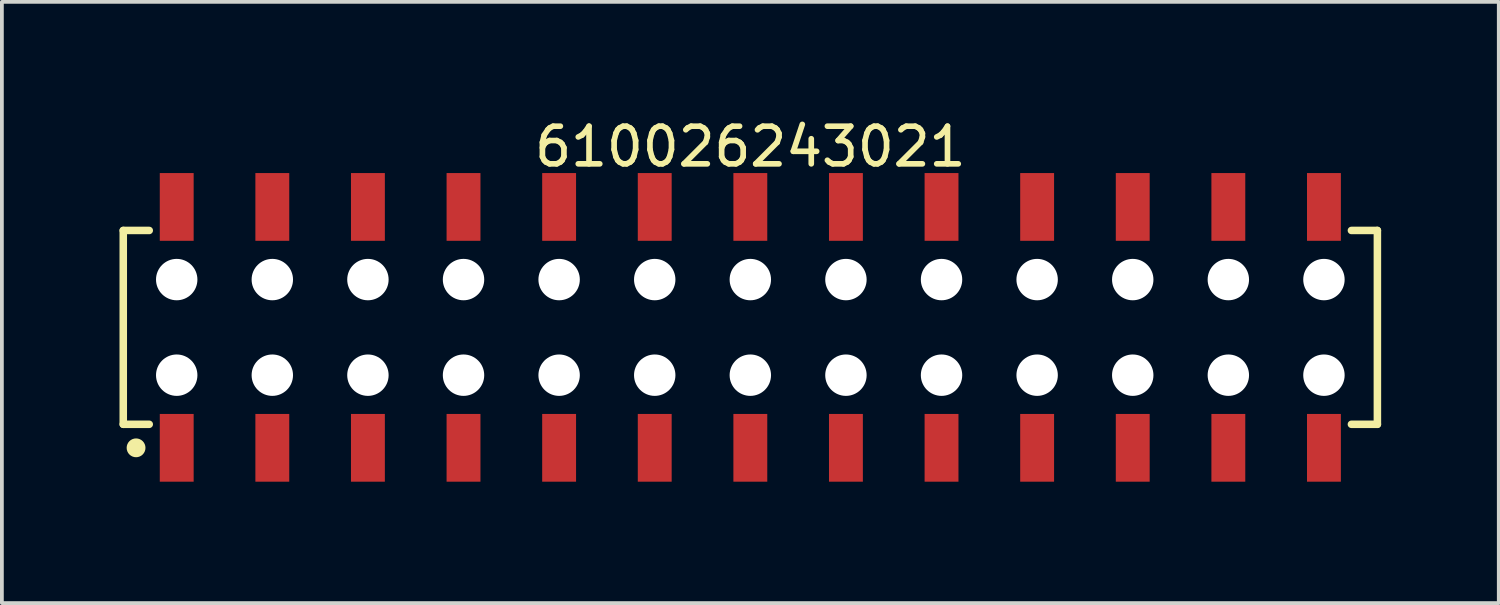
<source format=kicad_pcb>
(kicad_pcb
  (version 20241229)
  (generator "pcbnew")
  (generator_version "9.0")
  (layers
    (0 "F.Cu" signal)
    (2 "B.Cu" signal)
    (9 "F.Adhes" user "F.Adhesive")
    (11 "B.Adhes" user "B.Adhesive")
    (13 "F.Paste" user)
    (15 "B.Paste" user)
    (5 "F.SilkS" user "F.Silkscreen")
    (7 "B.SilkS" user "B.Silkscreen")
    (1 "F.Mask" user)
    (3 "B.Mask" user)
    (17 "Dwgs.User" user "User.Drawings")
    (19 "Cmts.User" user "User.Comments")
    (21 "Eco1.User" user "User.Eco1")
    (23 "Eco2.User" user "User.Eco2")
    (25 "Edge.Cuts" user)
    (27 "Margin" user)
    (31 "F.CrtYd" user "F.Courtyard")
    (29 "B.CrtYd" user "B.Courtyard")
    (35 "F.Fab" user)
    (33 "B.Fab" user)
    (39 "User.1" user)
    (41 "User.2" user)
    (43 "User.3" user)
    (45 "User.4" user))
  (footprint "610026243021"
    (layer "F.Cu")
    (at 16.885 5.648)
    (property "Reference" "610026243021" (at 0 -4.8 0) (layer "F.SilkS") (effects (font (size 1 1) (thickness 0.15))))
    (fp_line (start -16.66 -2.575) (end -15.97 -2.575) (stroke (width 0.2) (type solid)) (layer "F.SilkS"))
    (fp_line (start -16.66 2.575) (end -16.66 -2.575) (stroke (width 0.2) (type solid)) (layer "F.SilkS"))
    (fp_line (start -16.66 2.575) (end -15.97 2.575) (stroke (width 0.2) (type solid)) (layer "F.SilkS"))
    (fp_line (start 15.97 -2.575) (end 16.66 -2.575) (stroke (width 0.2) (type solid)) (layer "F.SilkS"))
    (fp_line (start 15.97 2.575) (end 16.66 2.575) (stroke (width 0.2) (type solid)) (layer "F.SilkS"))
    (fp_line (start 16.66 2.575) (end 16.66 -2.575) (stroke (width 0.2) (type solid)) (layer "F.SilkS"))
    (fp_circle (center -16.32 3.2) (end -16.32 3.075) (stroke (width 0.25) (type solid)) (fill no) (layer "F.SilkS"))
    (fp_line (start -16.86 -4.3) (end 16.86 -4.3) (stroke (width 0.05) (type solid)) (layer "Eco2.User"))
    (fp_line (start -16.86 4.3) (end -16.86 -4.3) (stroke (width 0.05) (type solid)) (layer "Eco2.User"))
    (fp_line (start -16.86 4.3) (end 16.86 4.3) (stroke (width 0.05) (type solid)) (layer "Eco2.User"))
    (fp_line (start -16.51 -2.5) (end 16.51 -2.5) (stroke (width 0.1) (type solid)) (layer "Eco2.User"))
    (fp_line (start -16.51 2.5) (end -16.51 -2.5) (stroke (width 0.1) (type solid)) (layer "Eco2.User"))
    (fp_line (start -16.51 2.5) (end 16.51 2.5) (stroke (width 0.1) (type solid)) (layer "Eco2.User"))
    (fp_line (start -15.49 -3.6) (end -14.99 -3.6) (stroke (width 0.1) (type solid)) (layer "Eco2.User"))
    (fp_line (start -15.49 -2.5) (end -15.49 -3.6) (stroke (width 0.1) (type solid)) (layer "Eco2.User"))
    (fp_line (start -15.49 3.6) (end -15.49 2.5) (stroke (width 0.1) (type solid)) (layer "Eco2.User"))
    (fp_line (start -15.49 3.6) (end -14.99 3.6) (stroke (width 0.1) (type solid)) (layer "Eco2.User"))
    (fp_line (start -14.99 -2.5) (end -14.99 -3.6) (stroke (width 0.1) (type solid)) (layer "Eco2.User"))
    (fp_line (start -14.99 3.6) (end -14.99 2.5) (stroke (width 0.1) (type solid)) (layer "Eco2.User"))
    (fp_line (start -12.95 -3.6) (end -12.45 -3.6) (stroke (width 0.1) (type solid)) (layer "Eco2.User"))
    (fp_line (start -12.95 -2.5) (end -12.95 -3.6) (stroke (width 0.1) (type solid)) (layer "Eco2.User"))
    (fp_line (start -12.95 3.6) (end -12.95 2.5) (stroke (width 0.1) (type solid)) (layer "Eco2.User"))
    (fp_line (start -12.95 3.6) (end -12.45 3.6) (stroke (width 0.1) (type solid)) (layer "Eco2.User"))
    (fp_line (start -12.45 -2.5) (end -12.45 -3.6) (stroke (width 0.1) (type solid)) (layer "Eco2.User"))
    (fp_line (start -12.45 3.6) (end -12.45 2.5) (stroke (width 0.1) (type solid)) (layer "Eco2.User"))
    (fp_line (start -10.41 -3.6) (end -9.91 -3.6) (stroke (width 0.1) (type solid)) (layer "Eco2.User"))
    (fp_line (start -10.41 -2.5) (end -10.41 -3.6) (stroke (width 0.1) (type solid)) (layer "Eco2.User"))
    (fp_line (start -10.41 3.6) (end -10.41 2.5) (stroke (width 0.1) (type solid)) (layer "Eco2.User"))
    (fp_line (start -10.41 3.6) (end -9.91 3.6) (stroke (width 0.1) (type solid)) (layer "Eco2.User"))
    (fp_line (start -9.91 -2.5) (end -9.91 -3.6) (stroke (width 0.1) (type solid)) (layer "Eco2.User"))
    (fp_line (start -9.91 3.6) (end -9.91 2.5) (stroke (width 0.1) (type solid)) (layer "Eco2.User"))
    (fp_line (start -7.87 -3.6) (end -7.37 -3.6) (stroke (width 0.1) (type solid)) (layer "Eco2.User"))
    (fp_line (start -7.87 -2.5) (end -7.87 -3.6) (stroke (width 0.1) (type solid)) (layer "Eco2.User"))
    (fp_line (start -7.87 3.6) (end -7.87 2.5) (stroke (width 0.1) (type solid)) (layer "Eco2.User"))
    (fp_line (start -7.87 3.6) (end -7.37 3.6) (stroke (width 0.1) (type solid)) (layer "Eco2.User"))
    (fp_line (start -7.37 -2.5) (end -7.37 -3.6) (stroke (width 0.1) (type solid)) (layer "Eco2.User"))
    (fp_line (start -7.37 3.6) (end -7.37 2.5) (stroke (width 0.1) (type solid)) (layer "Eco2.User"))
    (fp_line (start -5.33 -3.6) (end -4.83 -3.6) (stroke (width 0.1) (type solid)) (layer "Eco2.User"))
    (fp_line (start -5.33 -2.5) (end -5.33 -3.6) (stroke (width 0.1) (type solid)) (layer "Eco2.User"))
    (fp_line (start -5.33 3.6) (end -5.33 2.5) (stroke (width 0.1) (type solid)) (layer "Eco2.User"))
    (fp_line (start -5.33 3.6) (end -4.83 3.6) (stroke (width 0.1) (type solid)) (layer "Eco2.User"))
    (fp_line (start -4.83 -2.5) (end -4.83 -3.6) (stroke (width 0.1) (type solid)) (layer "Eco2.User"))
    (fp_line (start -4.83 3.6) (end -4.83 2.5) (stroke (width 0.1) (type solid)) (layer "Eco2.User"))
    (fp_line (start -2.79 -3.6) (end -2.29 -3.6) (stroke (width 0.1) (type solid)) (layer "Eco2.User"))
    (fp_line (start -2.79 -2.5) (end -2.79 -3.6) (stroke (width 0.1) (type solid)) (layer "Eco2.User"))
    (fp_line (start -2.79 3.6) (end -2.79 2.5) (stroke (width 0.1) (type solid)) (layer "Eco2.User"))
    (fp_line (start -2.79 3.6) (end -2.29 3.6) (stroke (width 0.1) (type solid)) (layer "Eco2.User"))
    (fp_line (start -2.29 -2.5) (end -2.29 -3.6) (stroke (width 0.1) (type solid)) (layer "Eco2.User"))
    (fp_line (start -2.29 3.6) (end -2.29 2.5) (stroke (width 0.1) (type solid)) (layer "Eco2.User"))
    (fp_line (start -0.5 0) (end 0.5 0) (stroke (width 0.05) (type solid)) (layer "Eco2.User"))
    (fp_line (start -0.25 -3.6) (end 0.25 -3.6) (stroke (width 0.1) (type solid)) (layer "Eco2.User"))
    (fp_line (start -0.25 -2.5) (end -0.25 -3.6) (stroke (width 0.1) (type solid)) (layer "Eco2.User"))
    (fp_line (start -0.25 3.6) (end -0.25 2.5) (stroke (width 0.1) (type solid)) (layer "Eco2.User"))
    (fp_line (start -0.25 3.6) (end 0.25 3.6) (stroke (width 0.1) (type solid)) (layer "Eco2.User"))
    (fp_line (start 0 0.5) (end 0 -0.5) (stroke (width 0.05) (type solid)) (layer "Eco2.User"))
    (fp_line (start 0.25 -2.5) (end 0.25 -3.6) (stroke (width 0.1) (type solid)) (layer "Eco2.User"))
    (fp_line (start 0.25 3.6) (end 0.25 2.5) (stroke (width 0.1) (type solid)) (layer "Eco2.User"))
    (fp_line (start 2.29 -3.6) (end 2.79 -3.6) (stroke (width 0.1) (type solid)) (layer "Eco2.User"))
    (fp_line (start 2.29 -2.5) (end 2.29 -3.6) (stroke (width 0.1) (type solid)) (layer "Eco2.User"))
    (fp_line (start 2.29 3.6) (end 2.29 2.5) (stroke (width 0.1) (type solid)) (layer "Eco2.User"))
    (fp_line (start 2.29 3.6) (end 2.79 3.6) (stroke (width 0.1) (type solid)) (layer "Eco2.User"))
    (fp_line (start 2.79 -2.5) (end 2.79 -3.6) (stroke (width 0.1) (type solid)) (layer "Eco2.User"))
    (fp_line (start 2.79 3.6) (end 2.79 2.5) (stroke (width 0.1) (type solid)) (layer "Eco2.User"))
    (fp_line (start 4.83 -3.6) (end 5.33 -3.6) (stroke (width 0.1) (type solid)) (layer "Eco2.User"))
    (fp_line (start 4.83 -2.5) (end 4.83 -3.6) (stroke (width 0.1) (type solid)) (layer "Eco2.User"))
    (fp_line (start 4.83 3.6) (end 4.83 2.5) (stroke (width 0.1) (type solid)) (layer "Eco2.User"))
    (fp_line (start 4.83 3.6) (end 5.33 3.6) (stroke (width 0.1) (type solid)) (layer "Eco2.User"))
    (fp_line (start 5.33 -2.5) (end 5.33 -3.6) (stroke (width 0.1) (type solid)) (layer "Eco2.User"))
    (fp_line (start 5.33 3.6) (end 5.33 2.5) (stroke (width 0.1) (type solid)) (layer "Eco2.User"))
    (fp_line (start 7.37 -3.6) (end 7.87 -3.6) (stroke (width 0.1) (type solid)) (layer "Eco2.User"))
    (fp_line (start 7.37 -2.5) (end 7.37 -3.6) (stroke (width 0.1) (type solid)) (layer "Eco2.User"))
    (fp_line (start 7.37 3.6) (end 7.37 2.5) (stroke (width 0.1) (type solid)) (layer "Eco2.User"))
    (fp_line (start 7.37 3.6) (end 7.87 3.6) (stroke (width 0.1) (type solid)) (layer "Eco2.User"))
    (fp_line (start 7.87 -2.5) (end 7.87 -3.6) (stroke (width 0.1) (type solid)) (layer "Eco2.User"))
    (fp_line (start 7.87 3.6) (end 7.87 2.5) (stroke (width 0.1) (type solid)) (layer "Eco2.User"))
    (fp_line (start 9.91 -3.6) (end 10.41 -3.6) (stroke (width 0.1) (type solid)) (layer "Eco2.User"))
    (fp_line (start 9.91 -2.5) (end 9.91 -3.6) (stroke (width 0.1) (type solid)) (layer "Eco2.User"))
    (fp_line (start 9.91 3.6) (end 9.91 2.5) (stroke (width 0.1) (type solid)) (layer "Eco2.User"))
    (fp_line (start 9.91 3.6) (end 10.41 3.6) (stroke (width 0.1) (type solid)) (layer "Eco2.User"))
    (fp_line (start 10.41 -2.5) (end 10.41 -3.6) (stroke (width 0.1) (type solid)) (layer "Eco2.User"))
    (fp_line (start 10.41 3.6) (end 10.41 2.5) (stroke (width 0.1) (type solid)) (layer "Eco2.User"))
    (fp_line (start 12.45 -3.6) (end 12.95 -3.6) (stroke (width 0.1) (type solid)) (layer "Eco2.User"))
    (fp_line (start 12.45 -2.5) (end 12.45 -3.6) (stroke (width 0.1) (type solid)) (layer "Eco2.User"))
    (fp_line (start 12.45 3.6) (end 12.45 2.5) (stroke (width 0.1) (type solid)) (layer "Eco2.User"))
    (fp_line (start 12.45 3.6) (end 12.95 3.6) (stroke (width 0.1) (type solid)) (layer "Eco2.User"))
    (fp_line (start 12.95 -2.5) (end 12.95 -3.6) (stroke (width 0.1) (type solid)) (layer "Eco2.User"))
    (fp_line (start 12.95 3.6) (end 12.95 2.5) (stroke (width 0.1) (type solid)) (layer "Eco2.User"))
    (fp_line (start 14.99 -3.6) (end 15.49 -3.6) (stroke (width 0.1) (type solid)) (layer "Eco2.User"))
    (fp_line (start 14.99 -2.5) (end 14.99 -3.6) (stroke (width 0.1) (type solid)) (layer "Eco2.User"))
    (fp_line (start 14.99 3.6) (end 14.99 2.5) (stroke (width 0.1) (type solid)) (layer "Eco2.User"))
    (fp_line (start 14.99 3.6) (end 15.49 3.6) (stroke (width 0.1) (type solid)) (layer "Eco2.User"))
    (fp_line (start 15.49 -2.5) (end 15.49 -3.6) (stroke (width 0.1) (type solid)) (layer "Eco2.User"))
    (fp_line (start 15.49 3.6) (end 15.49 2.5) (stroke (width 0.1) (type solid)) (layer "Eco2.User"))
    (fp_line (start 16.51 2.5) (end 16.51 -2.5) (stroke (width 0.1) (type solid)) (layer "Eco2.User"))
    (fp_line (start 16.86 4.3) (end 16.86 -4.3) (stroke (width 0.05) (type solid)) (layer "Eco2.User"))
    (fp_text user "${REFERENCE}" (at 0.15 -0.197 0) (unlocked yes) (layer "User.3") (effects (font (size 1.5 1.5) (thickness 0.15))))
    (pad "" np_thru_hole circle (at -15.24 -1.27) (size 1.1 1.1) (drill 1.1) (layers "*.Cu" "*.Mask"))
    (pad "" np_thru_hole circle (at -15.24 1.27) (size 1.1 1.1) (drill 1.1) (layers "*.Cu" "*.Mask"))
    (pad "" np_thru_hole circle (at -12.7 -1.27) (size 1.1 1.1) (drill 1.1) (layers "*.Cu" "*.Mask"))
    (pad "" np_thru_hole circle (at -12.7 1.27) (size 1.1 1.1) (drill 1.1) (layers "*.Cu" "*.Mask"))
    (pad "" np_thru_hole circle (at -10.16 -1.27) (size 1.1 1.1) (drill 1.1) (layers "*.Cu" "*.Mask"))
    (pad "" np_thru_hole circle (at -10.16 1.27) (size 1.1 1.1) (drill 1.1) (layers "*.Cu" "*.Mask"))
    (pad "" np_thru_hole circle (at -7.62 -1.27) (size 1.1 1.1) (drill 1.1) (layers "*.Cu" "*.Mask"))
    (pad "" np_thru_hole circle (at -7.62 1.27) (size 1.1 1.1) (drill 1.1) (layers "*.Cu" "*.Mask"))
    (pad "" np_thru_hole circle (at -5.08 -1.27) (size 1.1 1.1) (drill 1.1) (layers "*.Cu" "*.Mask"))
    (pad "" np_thru_hole circle (at -5.08 1.27) (size 1.1 1.1) (drill 1.1) (layers "*.Cu" "*.Mask"))
    (pad "" np_thru_hole circle (at -2.54 -1.27) (size 1.1 1.1) (drill 1.1) (layers "*.Cu" "*.Mask"))
    (pad "" np_thru_hole circle (at -2.54 1.27) (size 1.1 1.1) (drill 1.1) (layers "*.Cu" "*.Mask"))
    (pad "" np_thru_hole circle (at 0 -1.27) (size 1.1 1.1) (drill 1.1) (layers "*.Cu" "*.Mask"))
    (pad "" np_thru_hole circle (at 0 1.27) (size 1.1 1.1) (drill 1.1) (layers "*.Cu" "*.Mask"))
    (pad "" np_thru_hole circle (at 2.54 -1.27) (size 1.1 1.1) (drill 1.1) (layers "*.Cu" "*.Mask"))
    (pad "" np_thru_hole circle (at 2.54 1.27) (size 1.1 1.1) (drill 1.1) (layers "*.Cu" "*.Mask"))
    (pad "" np_thru_hole circle (at 5.08 -1.27) (size 1.1 1.1) (drill 1.1) (layers "*.Cu" "*.Mask"))
    (pad "" np_thru_hole circle (at 5.08 1.27) (size 1.1 1.1) (drill 1.1) (layers "*.Cu" "*.Mask"))
    (pad "" np_thru_hole circle (at 7.62 -1.27) (size 1.1 1.1) (drill 1.1) (layers "*.Cu" "*.Mask"))
    (pad "" np_thru_hole circle (at 7.62 1.27) (size 1.1 1.1) (drill 1.1) (layers "*.Cu" "*.Mask"))
    (pad "" np_thru_hole circle (at 10.16 -1.27) (size 1.1 1.1) (drill 1.1) (layers "*.Cu" "*.Mask"))
    (pad "" np_thru_hole circle (at 10.16 1.27) (size 1.1 1.1) (drill 1.1) (layers "*.Cu" "*.Mask"))
    (pad "" np_thru_hole circle (at 12.7 -1.27) (size 1.1 1.1) (drill 1.1) (layers "*.Cu" "*.Mask"))
    (pad "" np_thru_hole circle (at 12.7 1.27) (size 1.1 1.1) (drill 1.1) (layers "*.Cu" "*.Mask"))
    (pad "" np_thru_hole circle (at 15.24 -1.27) (size 1.1 1.1) (drill 1.1) (layers "*.Cu" "*.Mask"))
    (pad "" np_thru_hole circle (at 15.24 1.27) (size 1.1 1.1) (drill 1.1) (layers "*.Cu" "*.Mask"))
    (pad "1" smd rect (at -15.24 3.2) (size 0.9 1.8) (layers "F.Cu" "F.Mask" "F.Paste"))
    (pad "2" smd rect (at -15.24 -3.2) (size 0.9 1.8) (layers "F.Cu" "F.Mask" "F.Paste"))
    (pad "3" smd rect (at -12.7 3.2) (size 0.9 1.8) (layers "F.Cu" "F.Mask" "F.Paste"))
    (pad "4" smd rect (at -12.7 -3.2) (size 0.9 1.8) (layers "F.Cu" "F.Mask" "F.Paste"))
    (pad "5" smd rect (at -10.16 3.2) (size 0.9 1.8) (layers "F.Cu" "F.Mask" "F.Paste"))
    (pad "6" smd rect (at -10.16 -3.2) (size 0.9 1.8) (layers "F.Cu" "F.Mask" "F.Paste"))
    (pad "7" smd rect (at -7.62 3.2) (size 0.9 1.8) (layers "F.Cu" "F.Mask" "F.Paste"))
    (pad "8" smd rect (at -7.62 -3.2) (size 0.9 1.8) (layers "F.Cu" "F.Mask" "F.Paste"))
    (pad "9" smd rect (at -5.08 3.2) (size 0.9 1.8) (layers "F.Cu" "F.Mask" "F.Paste"))
    (pad "10" smd rect (at -5.08 -3.2) (size 0.9 1.8) (layers "F.Cu" "F.Mask" "F.Paste"))
    (pad "11" smd rect (at -2.54 3.2) (size 0.9 1.8) (layers "F.Cu" "F.Mask" "F.Paste"))
    (pad "12" smd rect (at -2.54 -3.2) (size 0.9 1.8) (layers "F.Cu" "F.Mask" "F.Paste"))
    (pad "13" smd rect (at 0 3.2) (size 0.9 1.8) (layers "F.Cu" "F.Mask" "F.Paste"))
    (pad "14" smd rect (at 0 -3.2) (size 0.9 1.8) (layers "F.Cu" "F.Mask" "F.Paste"))
    (pad "15" smd rect (at 2.54 3.2) (size 0.9 1.8) (layers "F.Cu" "F.Mask" "F.Paste"))
    (pad "16" smd rect (at 2.54 -3.2) (size 0.9 1.8) (layers "F.Cu" "F.Mask" "F.Paste"))
    (pad "17" smd rect (at 5.08 3.2) (size 0.9 1.8) (layers "F.Cu" "F.Mask" "F.Paste"))
    (pad "18" smd rect (at 5.08 -3.2) (size 0.9 1.8) (layers "F.Cu" "F.Mask" "F.Paste"))
    (pad "19" smd rect (at 7.62 3.2) (size 0.9 1.8) (layers "F.Cu" "F.Mask" "F.Paste"))
    (pad "20" smd rect (at 7.62 -3.2) (size 0.9 1.8) (layers "F.Cu" "F.Mask" "F.Paste"))
    (pad "21" smd rect (at 10.16 3.2) (size 0.9 1.8) (layers "F.Cu" "F.Mask" "F.Paste"))
    (pad "22" smd rect (at 10.16 -3.2) (size 0.9 1.8) (layers "F.Cu" "F.Mask" "F.Paste"))
    (pad "23" smd rect (at 12.7 3.2) (size 0.9 1.8) (layers "F.Cu" "F.Mask" "F.Paste"))
    (pad "24" smd rect (at 12.7 -3.2) (size 0.9 1.8) (layers "F.Cu" "F.Mask" "F.Paste"))
    (pad "25" smd rect (at 15.24 3.2) (size 0.9 1.8) (layers "F.Cu" "F.Mask" "F.Paste"))
    (pad "26" smd rect (at 15.24 -3.2) (size 0.9 1.8) (layers "F.Cu" "F.Mask" "F.Paste")))
  (gr_rect
    (start -3 -3)
    (end 36.77 12.973)
    (stroke (width 0.1) (type default))
    (fill no)
    (layer "Edge.Cuts")))
</source>
